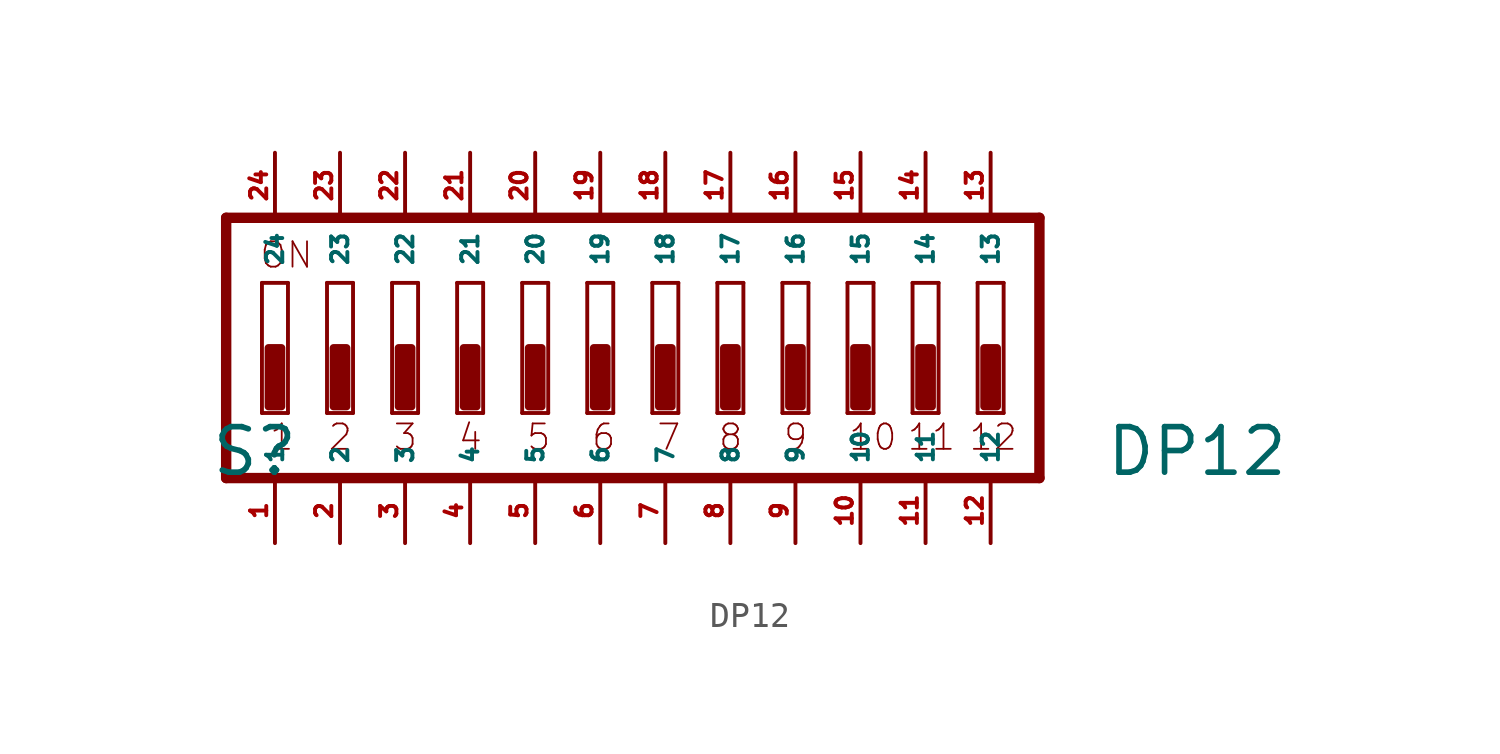
<source format=kicad_sym>
(kicad_symbol_lib
  (version 20220914)
  (generator Eagle2Kicad)
  (symbol "DP12"
    (property "Reference" "S"
      (at -17.78 -5.08 0)
      (effects (font (size 1.778 1.778) (thickness 0.22)) (justify left bottom)))
    (property "Value" "DP12"
      (at 17.145 -5.08 0)
      (effects (font (size 1.778 1.778) (thickness 0.22)) (justify left bottom)))
    (polyline
      (pts (xy 14.605 5.08) (xy -17.145 5.08))
      (stroke (width 0.406) (type default))
      (fill (type none)))
    (polyline
      (pts (xy -17.145 5.08) (xy -17.145 -5.08))
      (stroke (width 0.406) (type default))
      (fill (type none)))
    (polyline
      (pts (xy -17.145 -5.08) (xy 14.605 -5.08))
      (stroke (width 0.406) (type default))
      (fill (type none)))
    (polyline
      (pts (xy 14.605 -5.08) (xy 14.605 5.08))
      (stroke (width 0.406) (type default))
      (fill (type none)))
    (polyline
      (pts (xy -14.732 -2.54) (xy -15.748 -2.54))
      (stroke (width 0.152) (type default))
      (fill (type none)))
    (polyline
      (pts (xy -15.748 2.54) (xy -14.732 2.54))
      (stroke (width 0.152) (type default))
      (fill (type none)))
    (polyline
      (pts (xy -14.732 2.54) (xy -14.732 -2.54))
      (stroke (width 0.152) (type default))
      (fill (type none)))
    (polyline
      (pts (xy -15.748 -2.54) (xy -15.748 2.54))
      (stroke (width 0.152) (type default))
      (fill (type none)))
    (polyline
      (pts (xy -12.192 -2.54) (xy -13.208 -2.54))
      (stroke (width 0.152) (type default))
      (fill (type none)))
    (polyline
      (pts (xy -13.208 2.54) (xy -12.192 2.54))
      (stroke (width 0.152) (type default))
      (fill (type none)))
    (polyline
      (pts (xy -12.192 2.54) (xy -12.192 -2.54))
      (stroke (width 0.152) (type default))
      (fill (type none)))
    (polyline
      (pts (xy -13.208 -2.54) (xy -13.208 2.54))
      (stroke (width 0.152) (type default))
      (fill (type none)))
    (polyline
      (pts (xy -9.652 -2.54) (xy -10.668 -2.54))
      (stroke (width 0.152) (type default))
      (fill (type none)))
    (polyline
      (pts (xy -10.668 2.54) (xy -9.652 2.54))
      (stroke (width 0.152) (type default))
      (fill (type none)))
    (polyline
      (pts (xy -9.652 2.54) (xy -9.652 -2.54))
      (stroke (width 0.152) (type default))
      (fill (type none)))
    (polyline
      (pts (xy -10.668 -2.54) (xy -10.668 2.54))
      (stroke (width 0.152) (type default))
      (fill (type none)))
    (polyline
      (pts (xy -7.112 -2.54) (xy -8.128 -2.54))
      (stroke (width 0.152) (type default))
      (fill (type none)))
    (polyline
      (pts (xy -8.128 2.54) (xy -7.112 2.54))
      (stroke (width 0.152) (type default))
      (fill (type none)))
    (polyline
      (pts (xy -7.112 2.54) (xy -7.112 -2.54))
      (stroke (width 0.152) (type default))
      (fill (type none)))
    (polyline
      (pts (xy -8.128 -2.54) (xy -8.128 2.54))
      (stroke (width 0.152) (type default))
      (fill (type none)))
    (polyline
      (pts (xy -4.572 -2.54) (xy -5.588 -2.54))
      (stroke (width 0.152) (type default))
      (fill (type none)))
    (polyline
      (pts (xy -5.588 2.54) (xy -4.572 2.54))
      (stroke (width 0.152) (type default))
      (fill (type none)))
    (polyline
      (pts (xy -4.572 2.54) (xy -4.572 -2.54))
      (stroke (width 0.152) (type default))
      (fill (type none)))
    (polyline
      (pts (xy -5.588 -2.54) (xy -5.588 2.54))
      (stroke (width 0.152) (type default))
      (fill (type none)))
    (polyline
      (pts (xy -2.032 -2.54) (xy -3.048 -2.54))
      (stroke (width 0.152) (type default))
      (fill (type none)))
    (polyline
      (pts (xy -3.048 2.54) (xy -2.032 2.54))
      (stroke (width 0.152) (type default))
      (fill (type none)))
    (polyline
      (pts (xy -2.032 2.54) (xy -2.032 -2.54))
      (stroke (width 0.152) (type default))
      (fill (type none)))
    (polyline
      (pts (xy -3.048 -2.54) (xy -3.048 2.54))
      (stroke (width 0.152) (type default))
      (fill (type none)))
    (polyline
      (pts (xy 0.508 -2.54) (xy -0.508 -2.54))
      (stroke (width 0.152) (type default))
      (fill (type none)))
    (polyline
      (pts (xy -0.508 2.54) (xy 0.508 2.54))
      (stroke (width 0.152) (type default))
      (fill (type none)))
    (polyline
      (pts (xy 0.508 2.54) (xy 0.508 -2.54))
      (stroke (width 0.152) (type default))
      (fill (type none)))
    (polyline
      (pts (xy -0.508 -2.54) (xy -0.508 2.54))
      (stroke (width 0.152) (type default))
      (fill (type none)))
    (polyline
      (pts (xy 3.048 -2.54) (xy 2.032 -2.54))
      (stroke (width 0.152) (type default))
      (fill (type none)))
    (polyline
      (pts (xy 2.032 2.54) (xy 3.048 2.54))
      (stroke (width 0.152) (type default))
      (fill (type none)))
    (polyline
      (pts (xy 3.048 2.54) (xy 3.048 -2.54))
      (stroke (width 0.152) (type default))
      (fill (type none)))
    (polyline
      (pts (xy 2.032 -2.54) (xy 2.032 2.54))
      (stroke (width 0.152) (type default))
      (fill (type none)))
    (polyline
      (pts (xy 5.588 -2.54) (xy 4.572 -2.54))
      (stroke (width 0.152) (type default))
      (fill (type none)))
    (polyline
      (pts (xy 4.572 2.54) (xy 5.588 2.54))
      (stroke (width 0.152) (type default))
      (fill (type none)))
    (polyline
      (pts (xy 5.588 2.54) (xy 5.588 -2.54))
      (stroke (width 0.152) (type default))
      (fill (type none)))
    (polyline
      (pts (xy 4.572 -2.54) (xy 4.572 2.54))
      (stroke (width 0.152) (type default))
      (fill (type none)))
    (polyline
      (pts (xy 8.128 -2.54) (xy 7.112 -2.54))
      (stroke (width 0.152) (type default))
      (fill (type none)))
    (polyline
      (pts (xy 7.112 2.54) (xy 8.128 2.54))
      (stroke (width 0.152) (type default))
      (fill (type none)))
    (polyline
      (pts (xy 8.128 2.54) (xy 8.128 -2.54))
      (stroke (width 0.152) (type default))
      (fill (type none)))
    (polyline
      (pts (xy 7.112 -2.54) (xy 7.112 2.54))
      (stroke (width 0.152) (type default))
      (fill (type none)))
    (polyline
      (pts (xy 10.668 -2.54) (xy 9.652 -2.54))
      (stroke (width 0.152) (type default))
      (fill (type none)))
    (polyline
      (pts (xy 9.652 2.54) (xy 10.668 2.54))
      (stroke (width 0.152) (type default))
      (fill (type none)))
    (polyline
      (pts (xy 10.668 2.54) (xy 10.668 -2.54))
      (stroke (width 0.152) (type default))
      (fill (type none)))
    (polyline
      (pts (xy 9.652 -2.54) (xy 9.652 2.54))
      (stroke (width 0.152) (type default))
      (fill (type none)))
    (polyline
      (pts (xy 13.208 -2.54) (xy 12.192 -2.54))
      (stroke (width 0.152) (type default))
      (fill (type none)))
    (polyline
      (pts (xy 12.192 2.54) (xy 13.208 2.54))
      (stroke (width 0.152) (type default))
      (fill (type none)))
    (polyline
      (pts (xy 13.208 2.54) (xy 13.208 -2.54))
      (stroke (width 0.152) (type default))
      (fill (type none)))
    (polyline
      (pts (xy 12.192 -2.54) (xy 12.192 2.54))
      (stroke (width 0.152) (type default))
      (fill (type none)))
    (text "1"
      (at -15.494 -4.064 0)
      (effects (font (size 0.991 0.991) (thickness 0.07)) (justify left bottom)))
    (text "2"
      (at -13.208 -4.064 0)
      (effects (font (size 0.991 0.991) (thickness 0.07)) (justify left bottom)))
    (text "3"
      (at -10.668 -4.064 0)
      (effects (font (size 0.991 0.991) (thickness 0.07)) (justify left bottom)))
    (text "4"
      (at -8.128 -4.064 0)
      (effects (font (size 0.991 0.991) (thickness 0.07)) (justify left bottom)))
    (text "5"
      (at -5.461 -4.064 0)
      (effects (font (size 0.991 0.991) (thickness 0.07)) (justify left bottom)))
    (text "6"
      (at -2.921 -4.064 0)
      (effects (font (size 0.991 0.991) (thickness 0.07)) (justify left bottom)))
    (text "7"
      (at -0.381 -4.064 0)
      (effects (font (size 0.991 0.991) (thickness 0.07)) (justify left bottom)))
    (text "8"
      (at 2.032 -4.064 0)
      (effects (font (size 0.991 0.991) (thickness 0.07)) (justify left bottom)))
    (text "9"
      (at 4.572 -4.064 0)
      (effects (font (size 0.991 0.991) (thickness 0.07)) (justify left bottom)))
    (text "ON"
      (at -15.875 3.048 0)
      (effects (font (size 0.991 0.991) (thickness 0.07)) (justify left bottom)))
    (text "10"
      (at 7.112 -4.064 0)
      (effects (font (size 0.991 0.991) (thickness 0.07)) (justify left bottom)))
    (text "11"
      (at 9.398 -4.064 0)
      (effects (font (size 0.991 0.991) (thickness 0.07)) (justify left bottom)))
    (text "12"
      (at 11.811 -4.064 0)
      (effects (font (size 0.991 0.991) (thickness 0.07)) (justify left bottom)))
    (rectangle
      (start -15.494 -2.286)
      (end -14.986 0)
      (stroke (width 0.3) (type default))
      (fill (type outline)))
    (rectangle
      (start -12.954 -2.286)
      (end -12.446 0)
      (stroke (width 0.3) (type default))
      (fill (type outline)))
    (rectangle
      (start -10.414 -2.286)
      (end -9.906 0)
      (stroke (width 0.3) (type default))
      (fill (type outline)))
    (rectangle
      (start -7.874 -2.286)
      (end -7.366 0)
      (stroke (width 0.3) (type default))
      (fill (type outline)))
    (rectangle
      (start -5.334 -2.286)
      (end -4.826 0)
      (stroke (width 0.3) (type default))
      (fill (type outline)))
    (rectangle
      (start -2.794 -2.286)
      (end -2.286 0)
      (stroke (width 0.3) (type default))
      (fill (type outline)))
    (rectangle
      (start -0.254 -2.286)
      (end 0.254 0)
      (stroke (width 0.3) (type default))
      (fill (type outline)))
    (rectangle
      (start 2.286 -2.286)
      (end 2.794 0)
      (stroke (width 0.3) (type default))
      (fill (type outline)))
    (rectangle
      (start 4.826 -2.286)
      (end 5.334 0)
      (stroke (width 0.3) (type default))
      (fill (type outline)))
    (rectangle
      (start 7.366 -2.286)
      (end 7.874 0)
      (stroke (width 0.3) (type default))
      (fill (type outline)))
    (rectangle
      (start 9.906 -2.286)
      (end 10.414 0)
      (stroke (width 0.3) (type default))
      (fill (type outline)))
    (rectangle
      (start 12.446 -2.286)
      (end 12.954 0)
      (stroke (width 0.3) (type default))
      (fill (type outline)))
    (pin passive line
      (at 5.08 7.62 270)
      (length 2.54)
      (name "16" (effects (font (size 0.635 0.635) (thickness 0.08)) (justify left bottom)))
      (number "16" (effects (font (size 0.635 0.635) (thickness 0.08)) (justify left bottom))))
    (pin passive line
      (at 2.54 7.62 270)
      (length 2.54)
      (name "17" (effects (font (size 0.635 0.635) (thickness 0.08)) (justify left bottom)))
      (number "17" (effects (font (size 0.635 0.635) (thickness 0.08)) (justify left bottom))))
    (pin passive line
      (at 0 7.62 270)
      (length 2.54)
      (name "18" (effects (font (size 0.635 0.635) (thickness 0.08)) (justify left bottom)))
      (number "18" (effects (font (size 0.635 0.635) (thickness 0.08)) (justify left bottom))))
    (pin passive line
      (at -2.54 7.62 270)
      (length 2.54)
      (name "19" (effects (font (size 0.635 0.635) (thickness 0.08)) (justify left bottom)))
      (number "19" (effects (font (size 0.635 0.635) (thickness 0.08)) (justify left bottom))))
    (pin passive line
      (at -5.08 7.62 270)
      (length 2.54)
      (name "20" (effects (font (size 0.635 0.635) (thickness 0.08)) (justify left bottom)))
      (number "20" (effects (font (size 0.635 0.635) (thickness 0.08)) (justify left bottom))))
    (pin passive line
      (at -7.62 7.62 270)
      (length 2.54)
      (name "21" (effects (font (size 0.635 0.635) (thickness 0.08)) (justify left bottom)))
      (number "21" (effects (font (size 0.635 0.635) (thickness 0.08)) (justify left bottom))))
    (pin passive line
      (at -10.16 7.62 270)
      (length 2.54)
      (name "22" (effects (font (size 0.635 0.635) (thickness 0.08)) (justify left bottom)))
      (number "22" (effects (font (size 0.635 0.635) (thickness 0.08)) (justify left bottom))))
    (pin passive line
      (at -12.7 7.62 270)
      (length 2.54)
      (name "23" (effects (font (size 0.635 0.635) (thickness 0.08)) (justify left bottom)))
      (number "23" (effects (font (size 0.635 0.635) (thickness 0.08)) (justify left bottom))))
    (pin passive line
      (at -15.24 7.62 270)
      (length 2.54)
      (name "24" (effects (font (size 0.635 0.635) (thickness 0.08)) (justify left bottom)))
      (number "24" (effects (font (size 0.635 0.635) (thickness 0.08)) (justify left bottom))))
    (pin passive line
      (at -15.24 -7.62 90)
      (length 2.54)
      (name "1" (effects (font (size 0.635 0.635) (thickness 0.08)) (justify left bottom)))
      (number "1" (effects (font (size 0.635 0.635) (thickness 0.08)) (justify left bottom))))
    (pin passive line
      (at -12.7 -7.62 90)
      (length 2.54)
      (name "2" (effects (font (size 0.635 0.635) (thickness 0.08)) (justify left bottom)))
      (number "2" (effects (font (size 0.635 0.635) (thickness 0.08)) (justify left bottom))))
    (pin passive line
      (at -10.16 -7.62 90)
      (length 2.54)
      (name "3" (effects (font (size 0.635 0.635) (thickness 0.08)) (justify left bottom)))
      (number "3" (effects (font (size 0.635 0.635) (thickness 0.08)) (justify left bottom))))
    (pin passive line
      (at -7.62 -7.62 90)
      (length 2.54)
      (name "4" (effects (font (size 0.635 0.635) (thickness 0.08)) (justify left bottom)))
      (number "4" (effects (font (size 0.635 0.635) (thickness 0.08)) (justify left bottom))))
    (pin passive line
      (at -5.08 -7.62 90)
      (length 2.54)
      (name "5" (effects (font (size 0.635 0.635) (thickness 0.08)) (justify left bottom)))
      (number "5" (effects (font (size 0.635 0.635) (thickness 0.08)) (justify left bottom))))
    (pin passive line
      (at -2.54 -7.62 90)
      (length 2.54)
      (name "6" (effects (font (size 0.635 0.635) (thickness 0.08)) (justify left bottom)))
      (number "6" (effects (font (size 0.635 0.635) (thickness 0.08)) (justify left bottom))))
    (pin passive line
      (at 0 -7.62 90)
      (length 2.54)
      (name "7" (effects (font (size 0.635 0.635) (thickness 0.08)) (justify left bottom)))
      (number "7" (effects (font (size 0.635 0.635) (thickness 0.08)) (justify left bottom))))
    (pin passive line
      (at 2.54 -7.62 90)
      (length 2.54)
      (name "8" (effects (font (size 0.635 0.635) (thickness 0.08)) (justify left bottom)))
      (number "8" (effects (font (size 0.635 0.635) (thickness 0.08)) (justify left bottom))))
    (pin passive line
      (at 5.08 -7.62 90)
      (length 2.54)
      (name "9" (effects (font (size 0.635 0.635) (thickness 0.08)) (justify left bottom)))
      (number "9" (effects (font (size 0.635 0.635) (thickness 0.08)) (justify left bottom))))
    (pin passive line
      (at 7.62 -7.62 90)
      (length 2.54)
      (name "10" (effects (font (size 0.635 0.635) (thickness 0.08)) (justify left bottom)))
      (number "10" (effects (font (size 0.635 0.635) (thickness 0.08)) (justify left bottom))))
    (pin passive line
      (at 7.62 7.62 270)
      (length 2.54)
      (name "15" (effects (font (size 0.635 0.635) (thickness 0.08)) (justify left bottom)))
      (number "15" (effects (font (size 0.635 0.635) (thickness 0.08)) (justify left bottom))))
    (pin passive line
      (at 10.16 -7.62 90)
      (length 2.54)
      (name "11" (effects (font (size 0.635 0.635) (thickness 0.08)) (justify left bottom)))
      (number "11" (effects (font (size 0.635 0.635) (thickness 0.08)) (justify left bottom))))
    (pin passive line
      (at 12.7 -7.62 90)
      (length 2.54)
      (name "12" (effects (font (size 0.635 0.635) (thickness 0.08)) (justify left bottom)))
      (number "12" (effects (font (size 0.635 0.635) (thickness 0.08)) (justify left bottom))))
    (pin passive line
      (at 12.7 7.62 270)
      (length 2.54)
      (name "13" (effects (font (size 0.635 0.635) (thickness 0.08)) (justify left bottom)))
      (number "13" (effects (font (size 0.635 0.635) (thickness 0.08)) (justify left bottom))))
    (pin passive line
      (at 10.16 7.62 270)
      (length 2.54)
      (name "14" (effects (font (size 0.635 0.635) (thickness 0.08)) (justify left bottom)))
      (number "14" (effects (font (size 0.635 0.635) (thickness 0.08)) (justify left bottom))))))
</source>
